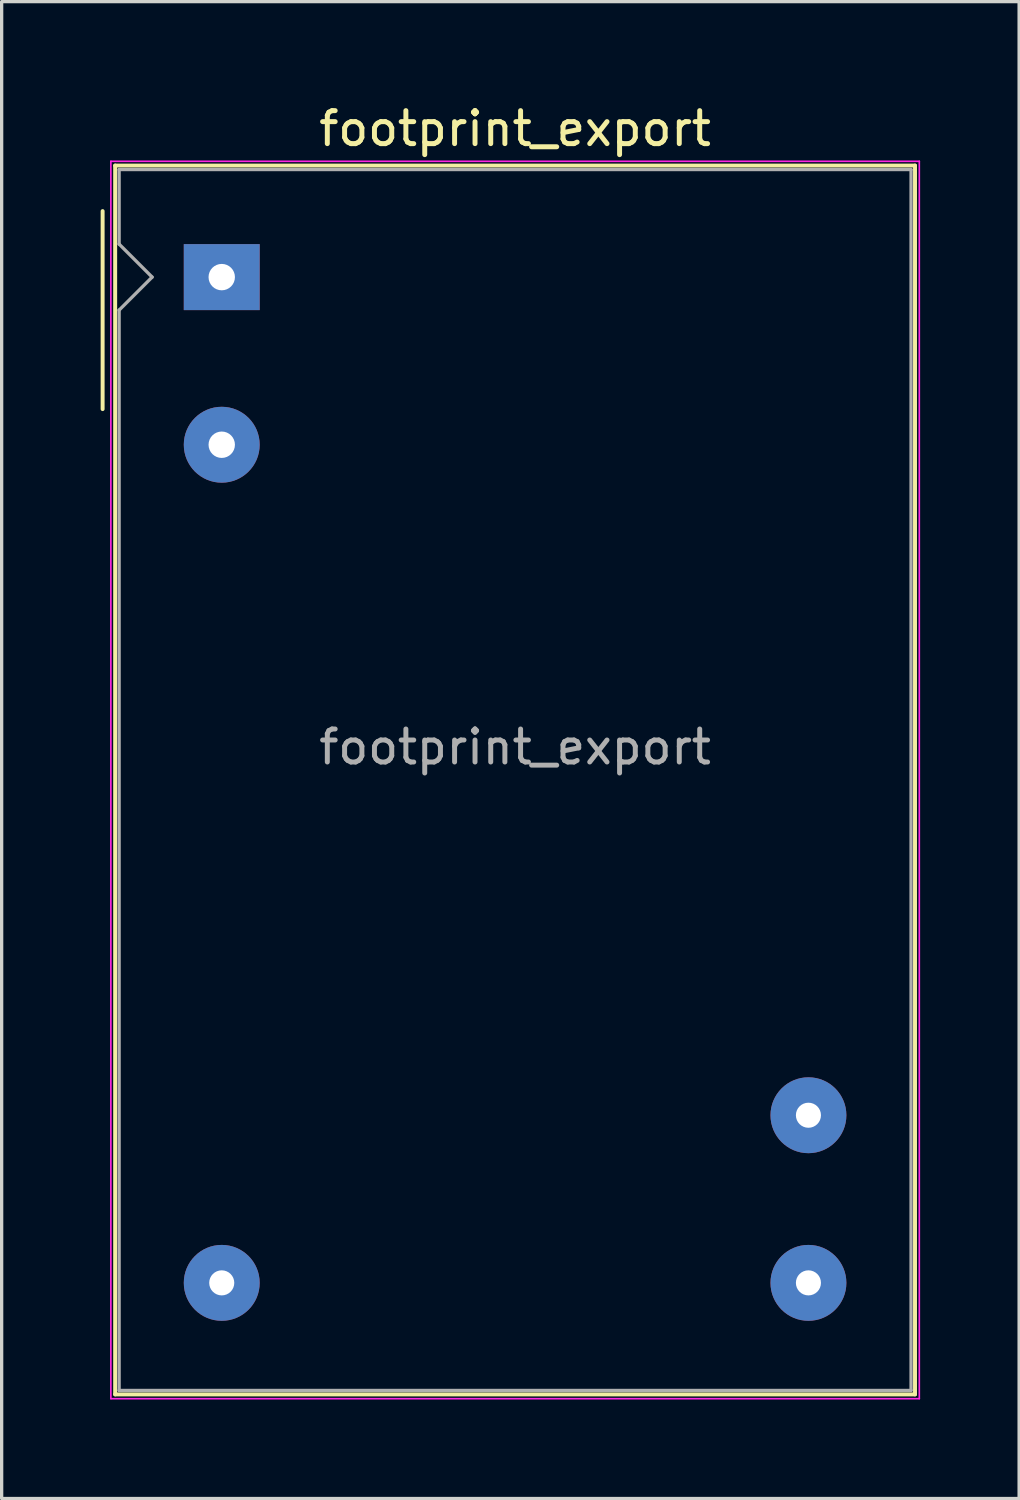
<source format=kicad_pcb>
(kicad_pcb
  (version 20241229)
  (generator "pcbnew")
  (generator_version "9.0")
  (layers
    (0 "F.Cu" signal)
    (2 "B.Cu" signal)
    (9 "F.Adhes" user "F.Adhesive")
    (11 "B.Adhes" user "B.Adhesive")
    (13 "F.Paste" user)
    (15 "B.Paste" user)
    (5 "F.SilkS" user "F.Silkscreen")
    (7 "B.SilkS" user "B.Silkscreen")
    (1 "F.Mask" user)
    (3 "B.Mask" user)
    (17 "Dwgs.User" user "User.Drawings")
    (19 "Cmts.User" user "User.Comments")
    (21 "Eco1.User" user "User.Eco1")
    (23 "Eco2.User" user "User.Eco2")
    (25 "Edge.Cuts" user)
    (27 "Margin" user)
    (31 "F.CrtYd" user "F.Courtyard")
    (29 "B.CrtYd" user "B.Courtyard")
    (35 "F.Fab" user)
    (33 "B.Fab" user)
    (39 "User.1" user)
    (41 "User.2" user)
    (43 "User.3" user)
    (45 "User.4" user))
  (footprint "footprint_export"
    (layer "F.Cu")
    (at 3.67 5.348)
    (property "Reference" "footprint_export" (at 8.89 -4.5 0) (layer "F.SilkS") (effects (font (size 1 1) (thickness 0.15))))
    (attr through_hole)
    (fp_line (start -3.61 -2) (end -3.61 4) (stroke (width 0.12) (type solid)) (layer "F.SilkS"))
    (fp_line (start -3.23 -3.38) (end -3.23 33.86) (stroke (width 0.12) (type solid)) (layer "F.SilkS"))
    (fp_line (start -3.23 33.86) (end 21.01 33.86) (stroke (width 0.12) (type solid)) (layer "F.SilkS"))
    (fp_line (start 21.01 -3.38) (end -3.23 -3.38) (stroke (width 0.12) (type solid)) (layer "F.SilkS"))
    (fp_line (start 21.01 -3.38) (end 21.01 33.86) (stroke (width 0.12) (type solid)) (layer "F.SilkS"))
    (fp_line (start -3.36 -3.51) (end -3.36 33.99) (stroke (width 0.05) (type solid)) (layer "F.CrtYd"))
    (fp_line (start 21.14 -3.51) (end -3.36 -3.51) (stroke (width 0.05) (type solid)) (layer "F.CrtYd"))
    (fp_line (start 21.14 -3.51) (end 21.14 33.99) (stroke (width 0.05) (type solid)) (layer "F.CrtYd"))
    (fp_line (start 21.14 33.99) (end -3.36 33.99) (stroke (width 0.05) (type solid)) (layer "F.CrtYd"))
    (fp_line (start -3.11 -1) (end -3.11 -3.26) (stroke (width 0.1) (type solid)) (layer "F.Fab"))
    (fp_line (start -3.11 1) (end -3.11 33.74) (stroke (width 0.1) (type solid)) (layer "F.Fab"))
    (fp_line (start -3.11 1) (end -2.11 0) (stroke (width 0.1) (type solid)) (layer "F.Fab"))
    (fp_line (start -2.11 0) (end -3.11 -1) (stroke (width 0.1) (type solid)) (layer "F.Fab"))
    (fp_line (start 20.89 -3.26) (end -3.11 -3.26) (stroke (width 0.1) (type solid)) (layer "F.Fab"))
    (fp_line (start 20.89 -3.26) (end 20.89 33.74) (stroke (width 0.1) (type solid)) (layer "F.Fab"))
    (fp_line (start 20.89 33.74) (end -3.11 33.74) (stroke (width 0.1) (type solid)) (layer "F.Fab"))
    (fp_text user "${REFERENCE}" (at 8.89 14.24 0) (layer "F.Fab") (effects (font (size 1 1) (thickness 0.15))))
    (pad "1" thru_hole rect (at 0 0) (size 2.3 2) (drill 0.8) (layers "*.Cu" "*.Mask"))
    (pad "3" thru_hole circle (at 0 5.08) (size 2.3 2.3) (drill 0.8) (layers "*.Cu" "*.Mask"))
    (pad "5" thru_hole circle (at 0 30.48) (size 2.3 2.3) (drill 0.76) (layers "*.Cu" "*.Mask"))
    (pad "14" thru_hole circle (at 17.78 30.48) (size 2.3 2.3) (drill 0.76) (layers "*.Cu" "*.Mask"))
    (pad "16" thru_hole circle (at 17.78 25.4) (size 2.3 2.3) (drill 0.76) (layers "*.Cu" "*.Mask")))
  (gr_rect
    (start -3 -3)
    (end 27.835 42.363)
    (stroke (width 0.1) (type default))
    (fill no)
    (layer "Edge.Cuts")))
</source>
